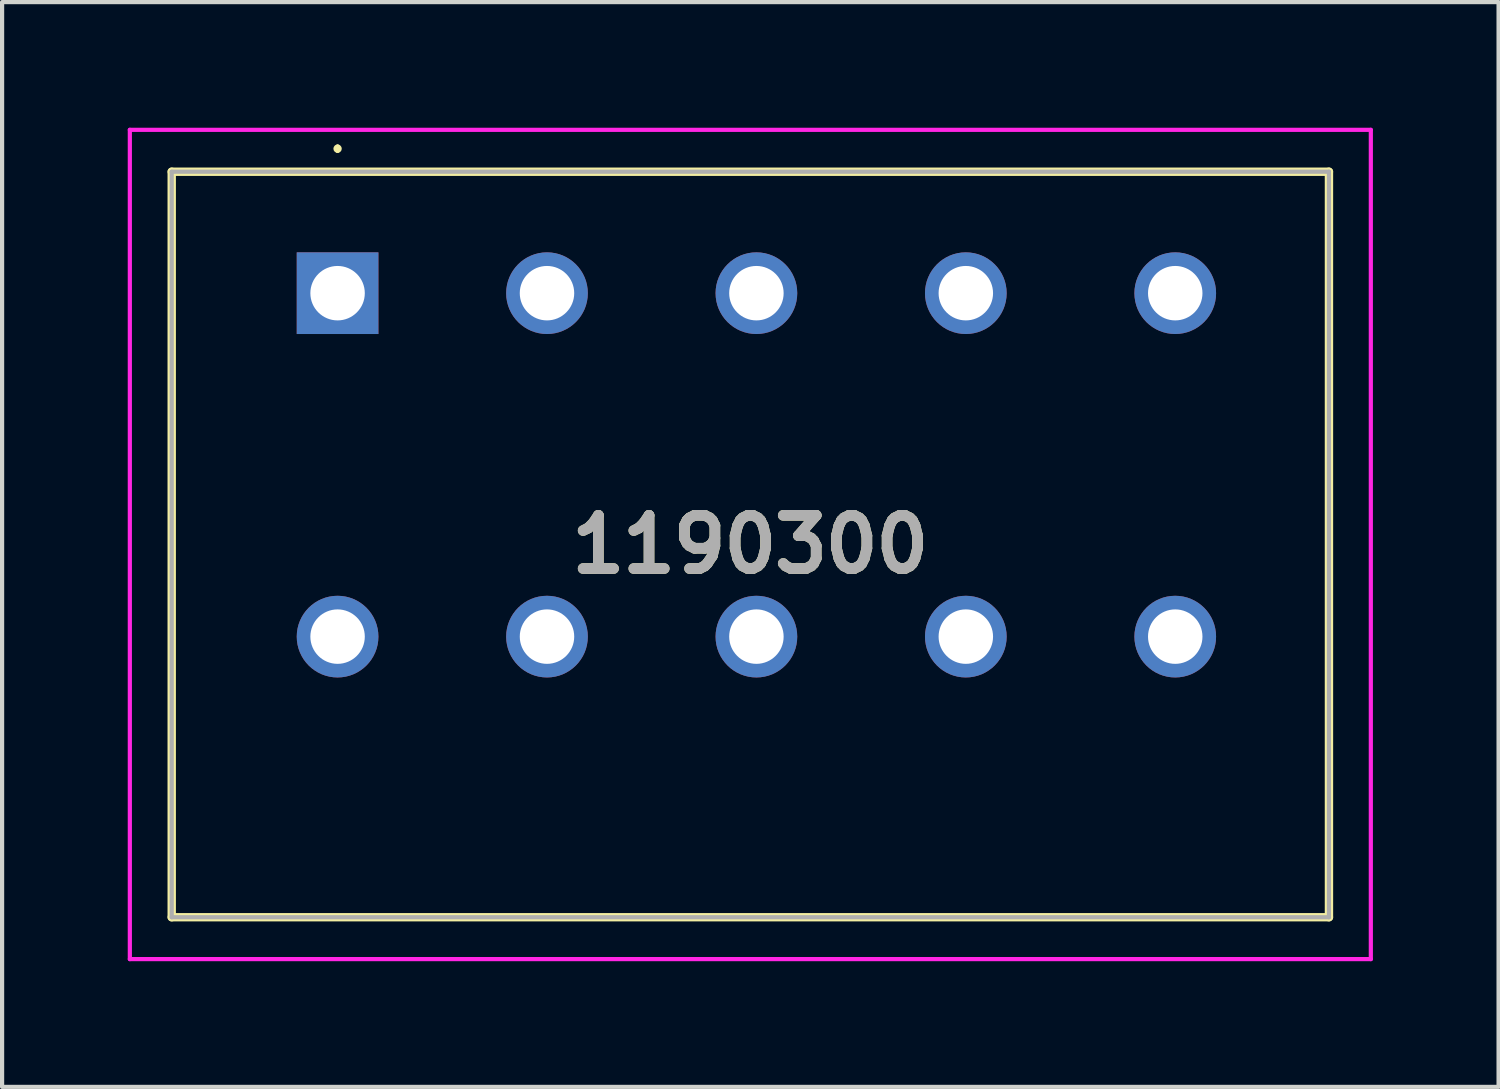
<source format=kicad_pcb>
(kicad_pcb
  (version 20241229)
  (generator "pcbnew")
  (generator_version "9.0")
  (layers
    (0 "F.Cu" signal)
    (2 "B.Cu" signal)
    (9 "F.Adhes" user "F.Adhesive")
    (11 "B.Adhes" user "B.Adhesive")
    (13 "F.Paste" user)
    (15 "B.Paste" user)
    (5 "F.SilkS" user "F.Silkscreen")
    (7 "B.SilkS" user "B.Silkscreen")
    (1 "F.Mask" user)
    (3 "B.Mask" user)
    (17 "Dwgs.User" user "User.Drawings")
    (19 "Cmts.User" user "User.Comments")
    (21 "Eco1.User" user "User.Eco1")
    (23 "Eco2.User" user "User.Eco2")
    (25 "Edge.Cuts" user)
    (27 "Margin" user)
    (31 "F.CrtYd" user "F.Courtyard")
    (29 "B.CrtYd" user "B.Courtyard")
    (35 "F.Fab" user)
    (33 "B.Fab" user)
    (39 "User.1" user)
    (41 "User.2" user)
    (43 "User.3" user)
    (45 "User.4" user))
  (footprint "1190300"
    (layer "F.Cu")
    (at 5.01 3.95)
    (property "Reference" "1190300" (at 9.855 6 0) (layer "F.SilkS") (effects (font (size 1.27 1.27) (thickness 0.254))))
    (attr through_hole)
    (fp_line (start -3.96 -2.9) (end 23.67 -2.9) (stroke (width 0.2) (type solid)) (layer "F.SilkS"))
    (fp_line (start -3.96 14.9) (end -3.96 -2.9) (stroke (width 0.2) (type solid)) (layer "F.SilkS"))
    (fp_line (start 0 -3.5) (end 0 -3.5) (stroke (width 0.1) (type solid)) (layer "F.SilkS"))
    (fp_line (start 0 -3.4) (end 0 -3.4) (stroke (width 0.1) (type solid)) (layer "F.SilkS"))
    (fp_line (start 23.67 -2.9) (end 23.67 14.9) (stroke (width 0.2) (type solid)) (layer "F.SilkS"))
    (fp_line (start 23.67 14.9) (end -3.96 14.9) (stroke (width 0.2) (type solid)) (layer "F.SilkS"))
    (fp_arc (start 0 -3.5) (mid 0.05 -3.45) (end 0 -3.4) (stroke (width 0.1) (type solid)) (layer "F.SilkS"))
    (fp_arc (start 0 -3.4) (mid -0.05 -3.45) (end 0 -3.5) (stroke (width 0.1) (type solid)) (layer "F.SilkS"))
    (fp_line (start -4.96 -3.9) (end 24.67 -3.9) (stroke (width 0.1) (type solid)) (layer "F.CrtYd"))
    (fp_line (start -4.96 15.9) (end -4.96 -3.9) (stroke (width 0.1) (type solid)) (layer "F.CrtYd"))
    (fp_line (start 24.67 -3.9) (end 24.67 15.9) (stroke (width 0.1) (type solid)) (layer "F.CrtYd"))
    (fp_line (start 24.67 15.9) (end -4.96 15.9) (stroke (width 0.1) (type solid)) (layer "F.CrtYd"))
    (fp_line (start -3.96 -2.9) (end 23.67 -2.9) (stroke (width 0.1) (type solid)) (layer "F.Fab"))
    (fp_line (start -3.96 14.9) (end -3.96 -2.9) (stroke (width 0.1) (type solid)) (layer "F.Fab"))
    (fp_line (start 23.67 -2.9) (end 23.67 14.9) (stroke (width 0.1) (type solid)) (layer "F.Fab"))
    (fp_line (start 23.67 14.9) (end -3.96 14.9) (stroke (width 0.1) (type solid)) (layer "F.Fab"))
    (fp_text user "${REFERENCE}" (at 9.855 6 0) (layer "F.Fab") (effects (font (size 1.27 1.27) (thickness 0.254))))
    (pad "1" thru_hole rect (at 0 0) (size 1.95 1.95) (drill 1.3) (layers "*.Cu" "*.Mask"))
    (pad "2" thru_hole circle (at 5 0) (size 1.95 1.95) (drill 1.3) (layers "*.Cu" "*.Mask"))
    (pad "3" thru_hole circle (at 10 0) (size 1.95 1.95) (drill 1.3) (layers "*.Cu" "*.Mask"))
    (pad "4" thru_hole circle (at 15 0) (size 1.95 1.95) (drill 1.3) (layers "*.Cu" "*.Mask"))
    (pad "5" thru_hole circle (at 20 0) (size 1.95 1.95) (drill 1.3) (layers "*.Cu" "*.Mask"))
    (pad "6" thru_hole circle (at 0 8.2) (size 1.95 1.95) (drill 1.3) (layers "*.Cu" "*.Mask"))
    (pad "7" thru_hole circle (at 5 8.2) (size 1.95 1.95) (drill 1.3) (layers "*.Cu" "*.Mask"))
    (pad "8" thru_hole circle (at 10 8.2) (size 1.95 1.95) (drill 1.3) (layers "*.Cu" "*.Mask"))
    (pad "9" thru_hole circle (at 15 8.2) (size 1.95 1.95) (drill 1.3) (layers "*.Cu" "*.Mask"))
    (pad "10" thru_hole circle (at 20 8.2) (size 1.95 1.95) (drill 1.3) (layers "*.Cu" "*.Mask")))
  (gr_rect
    (start -3 -3)
    (end 32.73 22.9)
    (stroke (width 0.1) (type default))
    (fill no)
    (layer "Edge.Cuts")))
</source>
